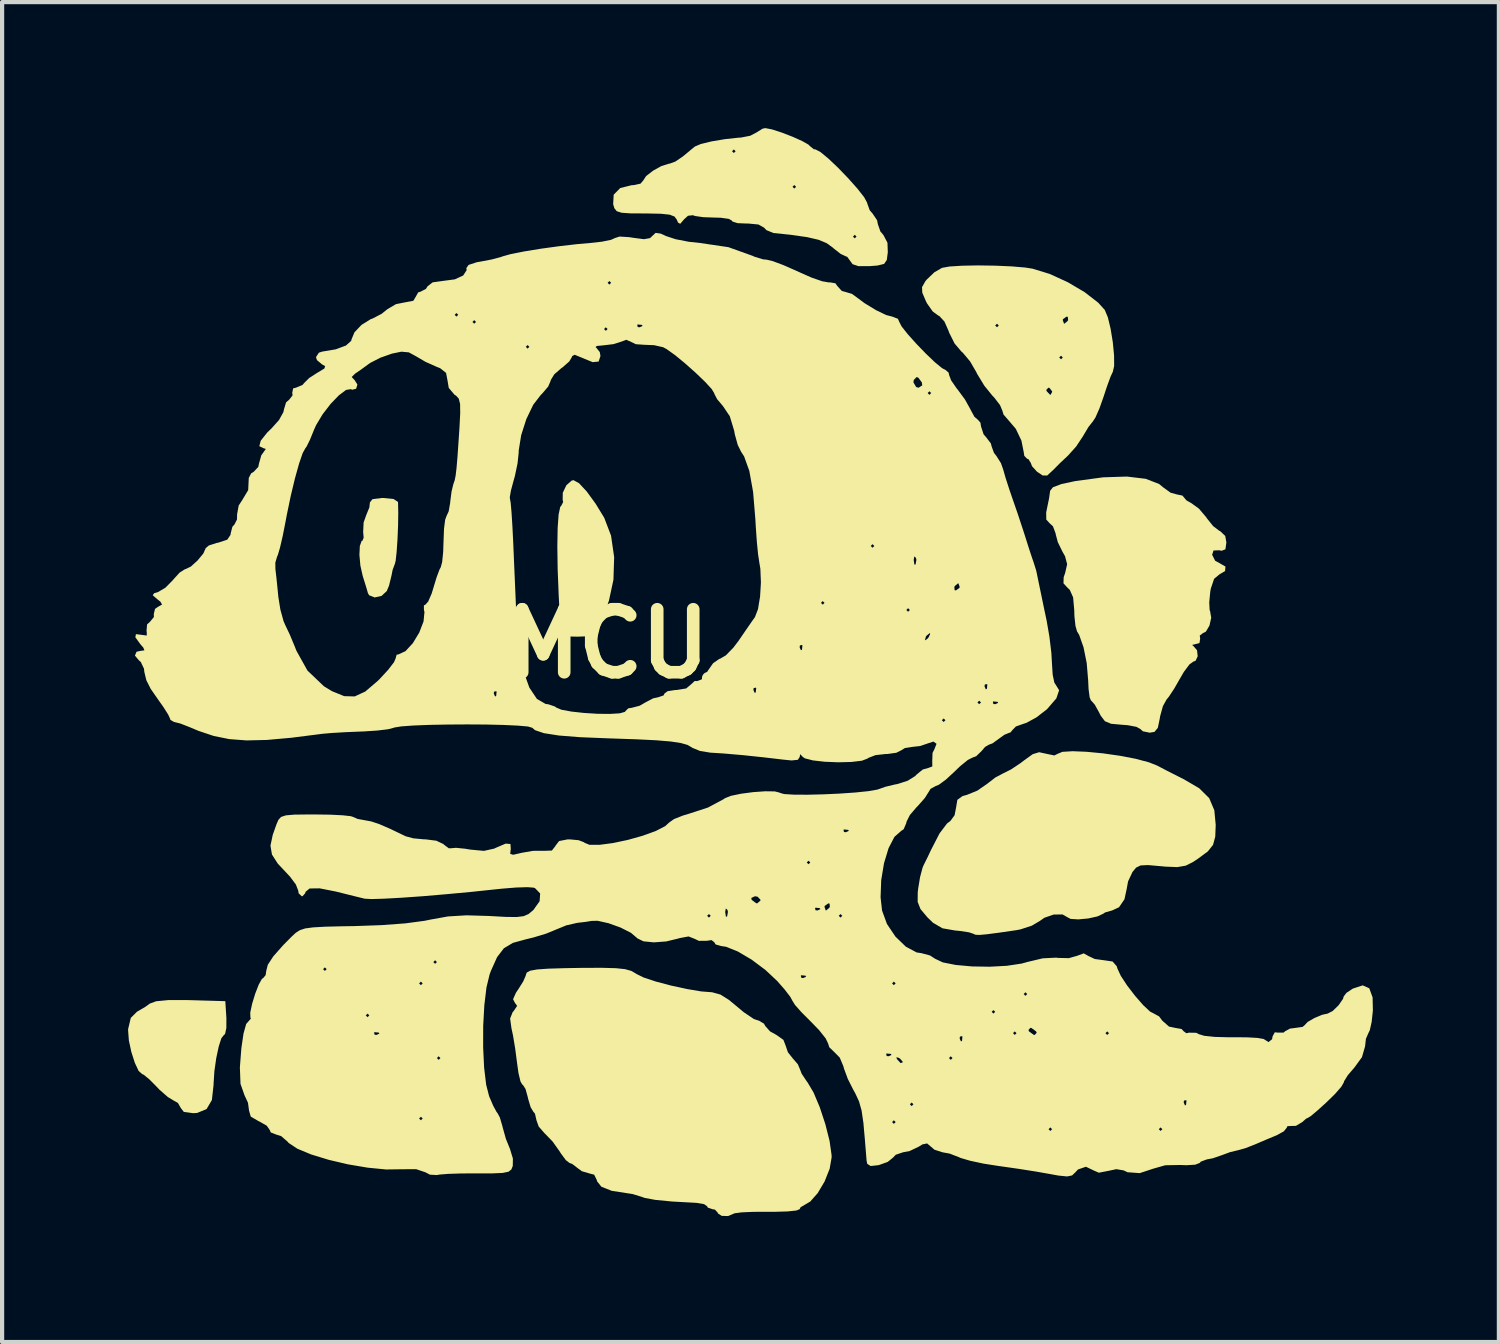
<source format=kicad_pcb>
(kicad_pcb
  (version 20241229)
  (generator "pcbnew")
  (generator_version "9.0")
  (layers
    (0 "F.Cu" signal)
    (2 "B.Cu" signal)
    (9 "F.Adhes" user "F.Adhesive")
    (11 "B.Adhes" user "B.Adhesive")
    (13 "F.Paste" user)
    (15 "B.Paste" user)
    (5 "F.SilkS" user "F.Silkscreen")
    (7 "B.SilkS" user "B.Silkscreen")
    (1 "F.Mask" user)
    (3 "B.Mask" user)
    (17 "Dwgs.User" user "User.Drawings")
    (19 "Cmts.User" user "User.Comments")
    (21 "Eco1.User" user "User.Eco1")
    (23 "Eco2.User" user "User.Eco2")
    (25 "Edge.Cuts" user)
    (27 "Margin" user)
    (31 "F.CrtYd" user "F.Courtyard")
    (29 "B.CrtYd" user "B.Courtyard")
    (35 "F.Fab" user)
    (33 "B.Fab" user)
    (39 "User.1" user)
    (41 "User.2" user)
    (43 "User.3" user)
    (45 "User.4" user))
  (footprint "MCU_Logo"
    (layer "F.Cu")
    (at 14.633 12.277)
    (property "Reference" "MCU_Logo" (at 0 0 0) (layer "F.SilkS") (effects (font (size 1.5 1.5) (thickness 0.3))))
    (attr board_only exclude_from_pos_files exclude_from_bom)
    (fp_poly (pts (xy -8.314 -3.447) (xy -8.209 -3.378) (xy -8.206 -3.365) (xy -8.201 -3.116) (xy -8.206 -2.803) (xy -8.22 -2.476) (xy -8.24 -2.185) (xy -8.263 -1.978) (xy -8.28 -1.908) (xy -8.335 -1.76) (xy -8.364 -1.615) (xy -8.421 -1.384) (xy -8.475 -1.255) (xy -8.6 -1.139) (xy -8.764 -1.103) (xy -8.895 -1.155) (xy -8.923 -1.206) (xy -8.966 -1.353) (xy -9.036 -1.577) (xy -9.049 -1.62) (xy -9.103 -1.862) (xy -9.126 -2.116) (xy -9.116 -2.328) (xy -9.074 -2.446) (xy -9.053 -2.455) (xy -9.025 -2.526) (xy -9.037 -2.658) (xy -9.026 -2.888) (xy -8.965 -3.06) (xy -8.889 -3.247) (xy -8.876 -3.365) (xy -8.816 -3.442) (xy -8.594 -3.471) (xy -8.555 -3.471)) (stroke (width 0) (type solid)) (fill yes) (layer "F.SilkS"))
    (fp_poly (pts (xy -3.898 -3.823) (xy -3.715 -3.627) (xy -3.502 -3.334) (xy -3.297 -2.999) (xy -3.135 -2.574) (xy -3.061 -2.062) (xy -3.078 -1.524) (xy -3.184 -1.031) (xy -3.277 -0.768) (xy -3.354 -0.576) (xy -3.392 -0.508) (xy -3.461 -0.4) (xy -3.496 -0.318) (xy -3.583 -0.218) (xy -3.773 -0.175) (xy -3.934 -0.169) (xy -4.165 -0.174) (xy -4.306 -0.184) (xy -4.326 -0.191) (xy -4.334 -0.278) (xy -4.347 -0.5) (xy -4.364 -0.821) (xy -4.381 -1.143) (xy -4.406 -1.775) (xy -4.414 -2.321) (xy -4.406 -2.762) (xy -4.383 -3.08) (xy -4.345 -3.257) (xy -4.321 -3.286) (xy -4.275 -3.374) (xy -4.287 -3.428) (xy -4.284 -3.596) (xy -4.199 -3.774) (xy -4.073 -3.885) (xy -4.029 -3.895)) (stroke (width 0) (type solid)) (fill yes) (layer "F.SilkS"))
    (fp_poly (pts (xy -13.153 8.485) (xy -12.319 8.509) (xy -12.293 8.911) (xy -12.294 9.149) (xy -12.325 9.292) (xy -12.351 9.313) (xy -12.412 9.39) (xy -12.476 9.59) (xy -12.535 9.868) (xy -12.579 10.178) (xy -12.598 10.475) (xy -12.599 10.509) (xy -12.638 10.862) (xy -12.765 11.078) (xy -12.989 11.17) (xy -13.084 11.176) (xy -13.307 11.145) (xy -13.377 11.055) (xy -13.447 10.932) (xy -13.535 10.883) (xy -13.686 10.792) (xy -13.881 10.622) (xy -13.96 10.539) (xy -14.133 10.365) (xy -14.264 10.259) (xy -14.299 10.245) (xy -14.383 10.169) (xy -14.473 9.977) (xy -14.556 9.718) (xy -14.615 9.444) (xy -14.633 9.204) (xy -14.632 9.171) (xy -14.569 8.907) (xy -14.425 8.763) (xy -14.424 8.762) (xy -14.221 8.643) (xy -14.115 8.566) (xy -13.964 8.511) (xy -13.672 8.483) (xy -13.227 8.483)) (stroke (width 0) (type solid)) (fill yes) (layer "F.SilkS"))
    (fp_poly (pts (xy 8.19 2.572) (xy 8.576 2.609) (xy 8.976 2.666) (xy 9.352 2.738) (xy 9.667 2.821) (xy 9.864 2.899) (xy 10.101 3.023) (xy 10.391 3.17) (xy 10.488 3.218) (xy 10.868 3.44) (xy 11.106 3.676) (xy 11.228 3.964) (xy 11.261 4.312) (xy 11.25 4.593) (xy 11.198 4.787) (xy 11.074 4.943) (xy 10.845 5.113) (xy 10.721 5.195) (xy 10.547 5.283) (xy 10.348 5.317) (xy 10.064 5.306) (xy 9.947 5.295) (xy 9.651 5.269) (xy 9.474 5.277) (xy 9.366 5.329) (xy 9.28 5.432) (xy 9.174 5.659) (xy 9.141 5.84) (xy 9.088 6.084) (xy 8.959 6.273) (xy 8.794 6.35) (xy 8.792 6.35) (xy 8.626 6.397) (xy 8.589 6.424) (xy 8.447 6.491) (xy 8.226 6.54) (xy 7.991 6.562) (xy 7.808 6.551) (xy 7.747 6.52) (xy 7.613 6.444) (xy 7.402 6.447) (xy 7.182 6.523) (xy 7.075 6.598) (xy 6.882 6.712) (xy 6.612 6.8) (xy 6.519 6.818) (xy 6.098 6.879) (xy 5.814 6.916) (xy 5.639 6.932) (xy 5.543 6.928) (xy 5.498 6.909) (xy 5.495 6.906) (xy 5.387 6.87) (xy 5.171 6.837) (xy 5.053 6.826) (xy 4.756 6.774) (xy 4.532 6.644) (xy 4.396 6.512) (xy 4.232 6.316) (xy 4.165 6.145) (xy 4.167 5.915) (xy 4.177 5.829) (xy 4.222 5.556) (xy 4.281 5.334) (xy 4.304 5.277) (xy 4.403 5.078) (xy 4.482 4.911) (xy 4.685 4.516) (xy 4.864 4.279) (xy 4.947 4.215) (xy 5.044 4.082) (xy 5.08 3.897) (xy 5.11 3.716) (xy 5.235 3.625) (xy 5.338 3.597) (xy 5.585 3.497) (xy 5.813 3.339) (xy 6.016 3.183) (xy 6.205 3.083) (xy 6.21 3.081) (xy 6.386 2.993) (xy 6.613 2.842) (xy 6.695 2.779) (xy 6.904 2.629) (xy 7.057 2.582) (xy 7.218 2.617) (xy 7.222 2.618) (xy 7.42 2.659) (xy 7.495 2.621) (xy 7.612 2.573) (xy 7.856 2.558)) (stroke (width 0) (type solid)) (fill yes) (layer "F.SilkS"))
    (fp_poly (pts (xy 9.596 -3.927) (xy 9.913 -3.804) (xy 10.009 -3.725) (xy 10.186 -3.597) (xy 10.333 -3.556) (xy 10.469 -3.528) (xy 10.499 -3.491) (xy 10.567 -3.412) (xy 10.688 -3.343) (xy 10.862 -3.216) (xy 11.032 -3.016) (xy 11.048 -2.991) (xy 11.199 -2.802) (xy 11.347 -2.689) (xy 11.367 -2.682) (xy 11.488 -2.567) (xy 11.515 -2.411) (xy 11.492 -2.249) (xy 11.401 -2.214) (xy 11.345 -2.226) (xy 11.209 -2.221) (xy 11.176 -2.119) (xy 11.247 -1.977) (xy 11.345 -1.923) (xy 11.493 -1.838) (xy 11.484 -1.731) (xy 11.35 -1.652) (xy 11.223 -1.547) (xy 11.143 -1.31) (xy 11.13 -1.229) (xy 11.107 -0.984) (xy 11.116 -0.807) (xy 11.128 -0.772) (xy 11.154 -0.619) (xy 11.112 -0.433) (xy 11.027 -0.289) (xy 10.958 -0.254) (xy 10.881 -0.195) (xy 10.891 -0.127) (xy 10.875 -0.018) (xy 10.783 0.007) (xy 10.698 0.028) (xy 10.732 0.056) (xy 10.816 0.154) (xy 10.832 0.298) (xy 10.78 0.407) (xy 10.731 0.423) (xy 10.635 0.492) (xy 10.503 0.669) (xy 10.417 0.817) (xy 10.274 1.066) (xy 10.144 1.263) (xy 10.091 1.327) (xy 10.004 1.484) (xy 9.938 1.723) (xy 9.929 1.78) (xy 9.883 2.001) (xy 9.803 2.098) (xy 9.69 2.117) (xy 9.527 2.084) (xy 9.468 2.031) (xy 9.374 1.978) (xy 9.168 1.939) (xy 9.027 1.928) (xy 8.771 1.905) (xy 8.623 1.844) (xy 8.523 1.712) (xy 8.483 1.632) (xy 8.382 1.45) (xy 8.302 1.358) (xy 8.293 1.355) (xy 8.26 1.278) (xy 8.234 1.079) (xy 8.224 0.869) (xy 8.19 0.462) (xy 8.114 0.084) (xy 8.011 -0.209) (xy 7.959 -0.296) (xy 7.922 -0.425) (xy 7.897 -0.658) (xy 7.893 -0.8) (xy 7.866 -1.105) (xy 7.785 -1.286) (xy 7.736 -1.331) (xy 7.637 -1.438) (xy 7.641 -1.583) (xy 7.677 -1.688) (xy 7.724 -1.894) (xy 7.674 -2.084) (xy 7.61 -2.197) (xy 7.502 -2.419) (xy 7.451 -2.609) (xy 7.451 -2.623) (xy 7.386 -2.797) (xy 7.314 -2.862) (xy 7.227 -2.957) (xy 7.225 -3.127) (xy 7.245 -3.226) (xy 7.293 -3.459) (xy 7.318 -3.634) (xy 7.318 -3.641) (xy 7.385 -3.726) (xy 7.589 -3.803) (xy 7.916 -3.873) (xy 8.582 -3.963) (xy 9.147 -3.981)) (stroke (width 0) (type solid)) (fill yes) (layer "F.SilkS"))
    (fp_poly (pts (xy 6.01 -9.002) (xy 6.401 -8.985) (xy 6.73 -8.957) (xy 6.9 -8.93) (xy 7.308 -8.805) (xy 7.737 -8.609) (xy 8.139 -8.372) (xy 8.462 -8.122) (xy 8.62 -7.947) (xy 8.693 -7.773) (xy 8.759 -7.499) (xy 8.811 -7.179) (xy 8.841 -6.866) (xy 8.843 -6.613) (xy 8.812 -6.477) (xy 8.756 -6.356) (xy 8.672 -6.126) (xy 8.592 -5.884) (xy 8.493 -5.604) (xy 8.397 -5.386) (xy 8.335 -5.292) (xy 8.231 -5.161) (xy 8.111 -4.96) (xy 8.103 -4.945) (xy 7.939 -4.697) (xy 7.744 -4.48) (xy 7.547 -4.295) (xy 7.385 -4.131) (xy 7.381 -4.128) (xy 7.249 -4.006) (xy 7.14 -4.007) (xy 7.006 -4.097) (xy 6.887 -4.228) (xy 6.858 -4.306) (xy 6.8 -4.398) (xy 6.773 -4.403) (xy 6.704 -4.473) (xy 6.689 -4.568) (xy 6.635 -4.838) (xy 6.501 -5.118) (xy 6.331 -5.317) (xy 6.33 -5.318) (xy 6.209 -5.458) (xy 6.181 -5.55) (xy 6.125 -5.684) (xy 5.986 -5.864) (xy 5.946 -5.905) (xy 5.833 -6.044) (xy 7.226 -6.044) (xy 7.239 -6.011) (xy 7.315 -5.931) (xy 7.329 -5.927) (xy 7.365 -5.992) (xy 7.366 -6.011) (xy 7.301 -6.093) (xy 7.276 -6.096) (xy 7.226 -6.044) (xy 5.833 -6.044) (xy 5.753 -6.143) (xy 5.582 -6.424) (xy 5.561 -6.468) (xy 5.414 -6.721) (xy 5.335 -6.816) (xy 7.535 -6.816) (xy 7.578 -6.773) (xy 7.62 -6.816) (xy 7.578 -6.858) (xy 7.535 -6.816) (xy 5.335 -6.816) (xy 5.241 -6.928) (xy 5.204 -6.96) (xy 5.044 -7.149) (xy 4.916 -7.405) (xy 4.901 -7.448) (xy 4.844 -7.578) (xy 6.011 -7.578) (xy 6.054 -7.535) (xy 6.096 -7.578) (xy 6.054 -7.62) (xy 6.011 -7.578) (xy 4.844 -7.578) (xy 4.802 -7.672) (xy 4.772 -7.705) (xy 7.62 -7.705) (xy 7.649 -7.622) (xy 7.657 -7.62) (xy 7.73 -7.679) (xy 7.747 -7.705) (xy 7.74 -7.783) (xy 7.71 -7.789) (xy 7.623 -7.728) (xy 7.62 -7.705) (xy 4.772 -7.705) (xy 4.68 -7.804) (xy 4.654 -7.815) (xy 4.523 -7.912) (xy 4.388 -8.104) (xy 4.362 -8.155) (xy 4.275 -8.359) (xy 4.269 -8.49) (xy 4.344 -8.624) (xy 4.373 -8.663) (xy 4.562 -8.844) (xy 4.745 -8.95) (xy 4.923 -8.982) (xy 5.225 -9.001) (xy 5.602 -9.008)) (stroke (width 0) (type solid)) (fill yes) (layer "F.SilkS"))
    (fp_poly (pts (xy 0.694 -12.247) (xy 0.929 -12.171) (xy 1.188 -12.071) (xy 1.419 -11.967) (xy 1.568 -11.882) (xy 1.595 -11.853) (xy 1.692 -11.774) (xy 1.734 -11.769) (xy 1.849 -11.709) (xy 2.039 -11.552) (xy 2.271 -11.332) (xy 2.512 -11.082) (xy 2.729 -10.838) (xy 2.89 -10.633) (xy 2.962 -10.5) (xy 2.963 -10.489) (xy 3.024 -10.32) (xy 3.09 -10.245) (xy 3.199 -10.083) (xy 3.217 -9.991) (xy 3.278 -9.815) (xy 3.349 -9.733) (xy 3.446 -9.547) (xy 3.454 -9.321) (xy 3.43 -9.137) (xy 3.366 -9.044) (xy 3.213 -9.006) (xy 3.026 -8.991) (xy 2.757 -8.99) (xy 2.615 -9.037) (xy 2.572 -9.097) (xy 2.488 -9.212) (xy 2.443 -9.229) (xy 2.333 -9.281) (xy 2.167 -9.411) (xy 2.142 -9.434) (xy 1.998 -9.538) (xy 1.803 -9.619) (xy 1.525 -9.683) (xy 1.443 -9.694) (xy 2.625 -9.694) (xy 2.667 -9.652) (xy 2.709 -9.694) (xy 2.667 -9.737) (xy 2.625 -9.694) (xy 1.443 -9.694) (xy 1.134 -9.738) (xy 0.733 -9.779) (xy 0.564 -9.848) (xy 0.508 -9.907) (xy 0.374 -9.982) (xy 0.124 -10.006) (xy 0.092 -10.005) (xy -0.122 -10.014) (xy -0.244 -10.052) (xy -0.254 -10.071) (xy -0.33 -10.116) (xy -0.524 -10.143) (xy -0.672 -10.147) (xy -0.936 -10.156) (xy -1.133 -10.184) (xy -1.186 -10.203) (xy -1.303 -10.19) (xy -1.397 -10.105) (xy -1.489 -9.998) (xy -1.541 -10.029) (xy -1.569 -10.097) (xy -1.624 -10.171) (xy -1.739 -10.216) (xy -1.951 -10.238) (xy -2.295 -10.245) (xy -2.328 -10.245) (xy -2.672 -10.247) (xy -2.884 -10.262) (xy -2.999 -10.299) (xy -3.056 -10.369) (xy -3.085 -10.465) (xy -3.072 -10.692) (xy -2.917 -10.85) (xy -2.797 -10.88) (xy 1.185 -10.88) (xy 1.228 -10.837) (xy 1.27 -10.88) (xy 1.228 -10.922) (xy 1.185 -10.88) (xy -2.797 -10.88) (xy -2.643 -10.918) (xy -2.603 -10.919) (xy -2.434 -10.954) (xy -2.37 -11.028) (xy -2.301 -11.134) (xy -2.135 -11.263) (xy -1.935 -11.374) (xy -1.76 -11.429) (xy -1.742 -11.43) (xy -1.605 -11.48) (xy -1.431 -11.598) (xy -1.275 -11.726) (xy -0.254 -11.726) (xy -0.212 -11.684) (xy -0.169 -11.726) (xy -0.212 -11.769) (xy -0.254 -11.726) (xy -1.275 -11.726) (xy -1.258 -11.741) (xy -1.14 -11.838) (xy -0.997 -11.899) (xy -0.74 -11.961) (xy -0.423 -12.014) (xy -0.101 -12.049) (xy -0.042 -12.052) (xy 0.179 -12.095) (xy 0.324 -12.171) (xy 0.472 -12.263) (xy 0.536 -12.277)) (stroke (width 0) (type solid)) (fill yes) (layer "F.SilkS"))
    (fp_poly (pts (xy -3.02 7.724) (xy -2.801 7.747) (xy -2.654 7.788) (xy -2.544 7.851) (xy -2.53 7.862) (xy -2.358 7.946) (xy -2.068 8.042) (xy -1.71 8.137) (xy -1.333 8.219) (xy -0.988 8.277) (xy -0.73 8.297) (xy -0.53 8.352) (xy -0.321 8.484) (xy -0.317 8.488) (xy 0.027 8.774) (xy 0.267 8.935) (xy 0.389 8.975) (xy 0.504 9.043) (xy 0.539 9.103) (xy 0.65 9.228) (xy 0.802 9.313) (xy 0.968 9.43) (xy 1.016 9.552) (xy 1.076 9.726) (xy 1.185 9.864) (xy 1.312 10.011) (xy 1.355 10.112) (xy 1.404 10.238) (xy 1.524 10.418) (xy 1.543 10.442) (xy 1.687 10.685) (xy 1.835 11.037) (xy 1.968 11.441) (xy 2.068 11.838) (xy 2.115 12.17) (xy 2.117 12.225) (xy 2.07 12.498) (xy 1.95 12.801) (xy 1.785 13.079) (xy 1.607 13.28) (xy 1.503 13.341) (xy 1.378 13.415) (xy 1.355 13.462) (xy 1.276 13.493) (xy 1.067 13.515) (xy 0.763 13.524) (xy 0.596 13.523) (xy 0.252 13.525) (xy -0.025 13.537) (xy -0.193 13.559) (xy -0.223 13.572) (xy -0.348 13.625) (xy -0.499 13.621) (xy -0.589 13.564) (xy -0.593 13.547) (xy -0.661 13.472) (xy -0.72 13.462) (xy -0.832 13.424) (xy -0.847 13.392) (xy -0.921 13.341) (xy -1.101 13.311) (xy -1.122 13.31) (xy -1.681 13.279) (xy -2.082 13.24) (xy -2.336 13.193) (xy -2.401 13.169) (xy -2.623 13.101) (xy -2.74 13.083) (xy -3.117 13.025) (xy -3.366 12.926) (xy -3.47 12.795) (xy -3.471 12.774) (xy -3.537 12.64) (xy -3.635 12.615) (xy -3.829 12.558) (xy -3.925 12.488) (xy -4.059 12.385) (xy -4.124 12.361) (xy -4.21 12.295) (xy -4.331 12.132) (xy -4.359 12.086) (xy -4.524 11.854) (xy -4.705 11.666) (xy -4.716 11.657) (xy -4.858 11.493) (xy -4.911 11.344) (xy -4.946 11.188) (xy -4.986 11.14) (xy -5.05 11.032) (xy -5.11 10.83) (xy -5.117 10.796) (xy -5.171 10.6) (xy -5.234 10.502) (xy -5.245 10.499) (xy -5.291 10.422) (xy -5.339 10.221) (xy -5.374 9.97) (xy -5.418 9.633) (xy -5.47 9.321) (xy -5.506 9.155) (xy -5.538 8.922) (xy -5.477 8.769) (xy -5.451 8.741) (xy -5.371 8.622) (xy -5.424 8.548) (xy -5.468 8.463) (xy -5.398 8.306) (xy -5.346 8.23) (xy -5.226 8.039) (xy -5.166 7.901) (xy -5.165 7.888) (xy -5.142 7.828) (xy -5.061 7.784) (xy -4.896 7.754) (xy -4.626 7.735) (xy -4.228 7.723) (xy -3.8 7.716) (xy -3.342 7.715)) (stroke (width 0) (type solid)) (fill yes) (layer "F.SilkS"))
    (fp_poly (pts (xy -1.953 -9.765) (xy -1.82 -9.705) (xy -1.599 -9.632) (xy -1.285 -9.571) (xy -1.016 -9.542) (xy -0.34 -9.442) (xy 0.243 -9.233) (xy 0.274 -9.217) (xy 0.481 -9.153) (xy 0.573 -9.144) (xy 0.718 -9.109) (xy 0.966 -9.016) (xy 1.269 -8.883) (xy 1.337 -8.851) (xy 1.639 -8.718) (xy 1.894 -8.63) (xy 2.055 -8.602) (xy 2.074 -8.605) (xy 2.207 -8.582) (xy 2.252 -8.518) (xy 2.359 -8.4) (xy 2.426 -8.382) (xy 2.598 -8.331) (xy 2.649 -8.296) (xy 2.901 -8.109) (xy 3.175 -7.942) (xy 3.417 -7.826) (xy 3.56 -7.789) (xy 3.695 -7.737) (xy 3.725 -7.667) (xy 3.782 -7.556) (xy 3.93 -7.369) (xy 4.135 -7.141) (xy 4.362 -6.906) (xy 4.577 -6.701) (xy 4.747 -6.561) (xy 4.829 -6.519) (xy 4.904 -6.452) (xy 4.911 -6.406) (xy 4.962 -6.271) (xy 5.09 -6.085) (xy 5.12 -6.048) (xy 5.291 -5.816) (xy 5.421 -5.582) (xy 5.426 -5.57) (xy 5.517 -5.403) (xy 5.598 -5.334) (xy 5.66 -5.263) (xy 5.673 -5.175) (xy 5.734 -4.988) (xy 5.8 -4.911) (xy 5.907 -4.77) (xy 5.927 -4.695) (xy 5.982 -4.545) (xy 6.04 -4.471) (xy 6.148 -4.3) (xy 6.202 -4.147) (xy 6.258 -3.95) (xy 6.349 -3.669) (xy 6.417 -3.471) (xy 6.544 -3.104) (xy 6.676 -2.705) (xy 6.729 -2.54) (xy 6.817 -2.262) (xy 6.891 -2.038) (xy 6.923 -1.947) (xy 6.985 -1.75) (xy 6.998 -1.693) (xy 7.042 -1.479) (xy 7.104 -1.18) (xy 7.191 -0.761) (xy 7.236 -0.55) (xy 7.301 -0.172) (xy 7.348 0.215) (xy 7.363 0.482) (xy 7.38 0.741) (xy 7.419 0.924) (xy 7.451 0.974) (xy 7.533 1.106) (xy 7.467 1.3) (xy 7.255 1.546) (xy 7.227 1.572) (xy 6.992 1.753) (xy 6.758 1.881) (xy 6.677 1.908) (xy 6.504 1.969) (xy 6.435 2.039) (xy 6.37 2.115) (xy 6.351 2.117) (xy 6.229 2.167) (xy 6.094 2.265) (xy 5.945 2.372) (xy 5.86 2.403) (xy 5.77 2.456) (xy 5.689 2.551) (xy 5.559 2.677) (xy 5.473 2.709) (xy 5.36 2.766) (xy 5.179 2.912) (xy 5.038 3.048) (xy 4.836 3.235) (xy 4.667 3.358) (xy 4.594 3.387) (xy 4.471 3.455) (xy 4.428 3.526) (xy 4.334 3.674) (xy 4.17 3.86) (xy 4.135 3.895) (xy 3.979 4.078) (xy 3.898 4.24) (xy 3.895 4.266) (xy 3.832 4.415) (xy 3.774 4.454) (xy 3.612 4.597) (xy 3.472 4.867) (xy 3.364 5.224) (xy 3.297 5.627) (xy 3.282 6.034) (xy 3.317 6.351) (xy 3.434 6.672) (xy 3.636 6.972) (xy 3.884 7.212) (xy 4.141 7.349) (xy 4.254 7.366) (xy 4.459 7.421) (xy 4.579 7.499) (xy 4.764 7.586) (xy 5.072 7.647) (xy 5.458 7.682) (xy 5.878 7.689) (xy 6.287 7.667) (xy 6.641 7.614) (xy 6.777 7.576) (xy 7.143 7.489) (xy 7.463 7.473) (xy 7.509 7.479) (xy 7.764 7.485) (xy 7.962 7.429) (xy 7.964 7.428) (xy 8.119 7.371) (xy 8.227 7.432) (xy 8.381 7.505) (xy 8.601 7.535) (xy 8.806 7.565) (xy 8.904 7.677) (xy 8.921 7.733) (xy 9.001 7.906) (xy 9.152 8.136) (xy 9.341 8.382) (xy 9.534 8.603) (xy 9.698 8.757) (xy 9.791 8.805) (xy 9.913 8.872) (xy 9.991 8.975) (xy 10.149 9.114) (xy 10.29 9.144) (xy 10.448 9.172) (xy 10.499 9.226) (xy 10.561 9.272) (xy 10.627 9.259) (xy 10.799 9.262) (xy 10.86 9.295) (xy 10.989 9.334) (xy 11.239 9.36) (xy 11.565 9.369) (xy 11.671 9.368) (xy 11.999 9.37) (xy 12.256 9.384) (xy 12.401 9.409) (xy 12.417 9.419) (xy 12.519 9.483) (xy 12.603 9.415) (xy 12.615 9.347) (xy 12.668 9.25) (xy 12.74 9.258) (xy 12.876 9.257) (xy 12.914 9.225) (xy 13.029 9.162) (xy 13.171 9.144) (xy 13.328 9.122) (xy 13.378 9.081) (xy 13.448 9.005) (xy 13.61 8.911) (xy 13.796 8.833) (xy 13.926 8.805) (xy 14.045 8.744) (xy 14.188 8.605) (xy 14.291 8.455) (xy 14.309 8.395) (xy 14.375 8.31) (xy 14.526 8.21) (xy 14.761 8.133) (xy 14.917 8.202) (xy 14.996 8.418) (xy 15.003 8.732) (xy 14.974 9.002) (xy 14.929 9.203) (xy 14.897 9.267) (xy 14.837 9.405) (xy 14.817 9.585) (xy 14.743 9.842) (xy 14.563 10.089) (xy 14.406 10.272) (xy 14.317 10.416) (xy 14.309 10.447) (xy 14.25 10.548) (xy 14.098 10.722) (xy 13.885 10.93) (xy 13.675 11.119) (xy 13.523 11.246) (xy 13.462 11.284) (xy 13.462 11.284) (xy 13.412 11.307) (xy 13.324 11.386) (xy 13.17 11.478) (xy 13.07 11.48) (xy 12.968 11.485) (xy 12.954 11.519) (xy 12.884 11.607) (xy 12.721 11.698) (xy 12.478 11.799) (xy 12.207 11.915) (xy 12.195 11.92) (xy 11.967 12.009) (xy 11.79 12.059) (xy 11.772 12.062) (xy 11.601 12.104) (xy 11.403 12.177) (xy 11.194 12.249) (xy 11.048 12.277) (xy 10.907 12.329) (xy 10.881 12.36) (xy 10.773 12.402) (xy 10.558 12.415) (xy 10.421 12.409) (xy 10.059 12.416) (xy 9.78 12.495) (xy 9.453 12.603) (xy 9.162 12.582) (xy 9.068 12.538) (xy 8.895 12.509) (xy 8.702 12.55) (xy 8.479 12.593) (xy 8.359 12.541) (xy 8.171 12.451) (xy 7.982 12.516) (xy 7.919 12.584) (xy 7.841 12.658) (xy 7.722 12.682) (xy 7.515 12.661) (xy 7.317 12.625) (xy 6.982 12.566) (xy 6.563 12.5) (xy 6.144 12.44) (xy 6.096 12.434) (xy 5.734 12.377) (xy 5.412 12.308) (xy 5.185 12.241) (xy 5.148 12.224) (xy 4.926 12.138) (xy 4.756 12.107) (xy 4.566 12.046) (xy 4.486 11.978) (xy 4.39 11.896) (xy 4.279 11.919) (xy 4.182 11.978) (xy 3.973 12.077) (xy 3.817 12.107) (xy 3.644 12.165) (xy 3.579 12.233) (xy 3.452 12.336) (xy 3.243 12.411) (xy 3.236 12.413) (xy 3.045 12.434) (xy 2.965 12.382) (xy 2.949 12.308) (xy 2.934 12.121) (xy 2.913 11.863) (xy 2.909 11.811) (xy 2.886 11.557) (xy 7.281 11.557) (xy 7.324 11.599) (xy 7.366 11.557) (xy 9.906 11.557) (xy 9.948 11.599) (xy 9.991 11.557) (xy 9.948 11.515) (xy 9.906 11.557) (xy 7.366 11.557) (xy 7.324 11.515) (xy 7.281 11.557) (xy 2.886 11.557) (xy 2.873 11.402) (xy 2.87 11.388) (xy 3.556 11.388) (xy 3.598 11.43) (xy 3.641 11.388) (xy 3.598 11.345) (xy 3.556 11.388) (xy 2.87 11.388) (xy 2.83 11.113) (xy 2.788 10.964) (xy 3.979 10.964) (xy 4.022 11.007) (xy 4.064 10.964) (xy 4.022 10.922) (xy 10.499 10.922) (xy 10.53 10.992) (xy 10.555 10.978) (xy 10.565 10.878) (xy 10.555 10.866) (xy 10.505 10.877) (xy 10.499 10.922) (xy 4.022 10.922) (xy 3.979 10.964) (xy 2.788 10.964) (xy 2.77 10.898) (xy 2.681 10.706) (xy 2.634 10.622) (xy 2.502 10.36) (xy 2.409 10.109) (xy 2.397 10.06) (xy 2.31 9.853) (xy 2.303 9.846) (xy 3.654 9.846) (xy 3.675 9.893) (xy 3.76 9.984) (xy 3.809 9.965) (xy 3.81 9.953) (xy 3.75 9.882) (xy 3.724 9.864) (xy 4.911 9.864) (xy 4.953 9.906) (xy 4.995 9.864) (xy 4.953 9.821) (xy 4.911 9.864) (xy 3.724 9.864) (xy 3.712 9.856) (xy 3.654 9.846) (xy 2.303 9.846) (xy 2.224 9.765) (xy 3.415 9.765) (xy 3.427 9.815) (xy 3.471 9.821) (xy 3.541 9.79) (xy 3.528 9.765) (xy 3.427 9.755) (xy 3.415 9.765) (xy 2.224 9.765) (xy 2.19 9.731) (xy 2.061 9.606) (xy 2.032 9.515) (xy 1.976 9.398) (xy 5.165 9.398) (xy 5.196 9.468) (xy 5.221 9.454) (xy 5.231 9.354) (xy 5.221 9.342) (xy 5.171 9.353) (xy 5.165 9.398) (xy 1.976 9.398) (xy 1.974 9.394) (xy 1.876 9.271) (xy 6.435 9.271) (xy 6.477 9.313) (xy 6.519 9.271) (xy 6.477 9.229) (xy 6.435 9.271) (xy 1.876 9.271) (xy 1.822 9.203) (xy 1.816 9.196) (xy 6.802 9.196) (xy 6.816 9.229) (xy 6.928 9.31) (xy 6.953 9.313) (xy 6.99 9.271) (xy 8.636 9.271) (xy 8.678 9.313) (xy 8.721 9.271) (xy 8.678 9.229) (xy 8.636 9.271) (xy 6.99 9.271) (xy 6.999 9.261) (xy 6.985 9.229) (xy 6.873 9.147) (xy 6.848 9.144) (xy 6.802 9.196) (xy 1.816 9.196) (xy 1.609 8.983) (xy 1.397 8.771) (xy 1.39 8.763) (xy 5.927 8.763) (xy 5.969 8.805) (xy 6.011 8.763) (xy 5.969 8.721) (xy 5.927 8.763) (xy 1.39 8.763) (xy 1.245 8.599) (xy 1.185 8.503) (xy 1.185 8.503) (xy 1.131 8.404) (xy 1.082 8.34) (xy 6.689 8.34) (xy 6.731 8.382) (xy 6.773 8.34) (xy 6.731 8.297) (xy 6.689 8.34) (xy 1.082 8.34) (xy 0.992 8.224) (xy 0.871 8.086) (xy 3.556 8.086) (xy 3.598 8.128) (xy 3.641 8.086) (xy 3.598 8.043) (xy 3.556 8.086) (xy 0.871 8.086) (xy 0.825 8.033) (xy 0.686 7.902) (xy 1.383 7.902) (xy 1.395 7.953) (xy 1.439 7.959) (xy 1.509 7.928) (xy 1.496 7.902) (xy 1.395 7.892) (xy 1.383 7.902) (xy 0.686 7.902) (xy 0.538 7.764) (xy 0.21 7.519) (xy -0.117 7.326) (xy -0.396 7.214) (xy -0.511 7.197) (xy -0.647 7.158) (xy -0.677 7.106) (xy -0.743 7.055) (xy -0.851 7.071) (xy -1.045 7.073) (xy -1.145 7.025) (xy -1.289 6.968) (xy -1.504 7.008) (xy -1.535 7.018) (xy -1.822 7.087) (xy -2.117 7.109) (xy -2.365 7.084) (xy -2.509 7.013) (xy -2.515 7.006) (xy -2.661 6.882) (xy -2.909 6.756) (xy -3.196 6.653) (xy -3.457 6.595) (xy -3.598 6.598) (xy -3.738 6.621) (xy -3.937 6.644) (xy -4.2 6.704) (xy -4.444 6.804) (xy -4.674 6.899) (xy -4.984 6.993) (xy -5.162 7.036) (xy -5.471 7.121) (xy -5.686 7.249) (xy -5.848 7.46) (xy -5.996 7.79) (xy -6.026 7.871) (xy -6.101 8.181) (xy -6.152 8.606) (xy -6.179 9.098) (xy -6.18 9.609) (xy -6.157 10.092) (xy -6.108 10.5) (xy -6.038 10.772) (xy -5.941 10.998) (xy -5.86 11.148) (xy -5.837 11.176) (xy -5.782 11.28) (xy -5.723 11.48) (xy -5.715 11.515) (xy -5.638 11.789) (xy -5.54 12.031) (xy -5.472 12.256) (xy -5.475 12.433) (xy -5.509 12.517) (xy -5.577 12.57) (xy -5.714 12.598) (xy -5.952 12.609) (xy -6.326 12.609) (xy -6.339 12.609) (xy -6.705 12.611) (xy -7.016 12.621) (xy -7.225 12.638) (xy -7.281 12.649) (xy -7.446 12.64) (xy -7.556 12.583) (xy -7.775 12.509) (xy -8.123 12.511) (xy -8.493 12.516) (xy -8.931 12.473) (xy -9.398 12.394) (xy -9.858 12.286) (xy -10.273 12.159) (xy -10.603 12.022) (xy -10.811 11.884) (xy -10.838 11.852) (xy -10.99 11.721) (xy -11.11 11.684) (xy -11.237 11.634) (xy -11.261 11.576) (xy -11.332 11.474) (xy -11.505 11.375) (xy -11.521 11.369) (xy -11.634 11.303) (xy -7.705 11.303) (xy -7.662 11.345) (xy -7.62 11.303) (xy -7.662 11.261) (xy -7.705 11.303) (xy -11.634 11.303) (xy -11.713 11.257) (xy -11.754 11.113) (xy -11.779 10.928) (xy -11.862 10.748) (xy -11.957 10.479) (xy -11.972 10.08) (xy -11.971 10.075) (xy -11.955 9.864) (xy -7.281 9.864) (xy -7.239 9.906) (xy -7.197 9.864) (xy -7.239 9.821) (xy -7.281 9.864) (xy -11.955 9.864) (xy -11.936 9.625) (xy -11.885 9.277) (xy -11.879 9.257) (xy -8.777 9.257) (xy -8.765 9.307) (xy -8.721 9.313) (xy -8.651 9.282) (xy -8.664 9.257) (xy -8.765 9.247) (xy -8.777 9.257) (xy -11.879 9.257) (xy -11.822 9.052) (xy -11.754 8.975) (xy -11.71 8.923) (xy -11.721 8.899) (xy -11.723 8.848) (xy -8.975 8.848) (xy -8.932 8.89) (xy -8.89 8.848) (xy -8.932 8.805) (xy -8.975 8.848) (xy -11.723 8.848) (xy -11.725 8.781) (xy -11.681 8.574) (xy -11.608 8.334) (xy -11.524 8.117) (xy -11.507 8.086) (xy -7.705 8.086) (xy -7.662 8.128) (xy -7.62 8.086) (xy -7.662 8.043) (xy -7.705 8.086) (xy -11.507 8.086) (xy -11.448 7.98) (xy -11.417 7.959) (xy -11.358 7.888) (xy -11.345 7.792) (xy -11.334 7.747) (xy -9.991 7.747) (xy -9.948 7.789) (xy -9.906 7.747) (xy -9.948 7.705) (xy -9.991 7.747) (xy -11.334 7.747) (xy -11.306 7.64) (xy -11.265 7.578) (xy -7.366 7.578) (xy -7.324 7.62) (xy -7.281 7.578) (xy -7.324 7.535) (xy -7.366 7.578) (xy -11.265 7.578) (xy -11.176 7.442) (xy -10.94 7.175) (xy -10.735 6.968) (xy -10.641 6.881) (xy -10.544 6.819) (xy -10.416 6.777) (xy -10.224 6.752) (xy -9.94 6.736) (xy -9.533 6.726) (xy -9.254 6.722) (xy -8.603 6.699) (xy -8.034 6.657) (xy -7.583 6.597) (xy -7.43 6.566) (xy -7.019 6.492) (xy -6.577 6.465) (xy -6.039 6.481) (xy -6.024 6.482) (xy -5.638 6.503) (xy -5.381 6.506) (xy -5.215 6.485) (xy -5.197 6.477) (xy -0.847 6.477) (xy -0.804 6.519) (xy -0.762 6.477) (xy -0.804 6.435) (xy -0.847 6.477) (xy -5.197 6.477) (xy -5.1 6.435) (xy -5.04 6.385) (xy -0.417 6.385) (xy -0.401 6.495) (xy -0.372 6.496) (xy -0.369 6.477) (xy 2.286 6.477) (xy 2.328 6.519) (xy 2.371 6.477) (xy 2.328 6.435) (xy 2.286 6.477) (xy -0.369 6.477) (xy -0.352 6.383) (xy -0.365 6.334) (xy -0.403 6.302) (xy -0.417 6.385) (xy -5.04 6.385) (xy -4.997 6.35) (xy -4.982 6.336) (xy -4.952 6.294) (xy 1.722 6.294) (xy 1.733 6.344) (xy 1.778 6.35) (xy 1.848 6.319) (xy 1.834 6.294) (xy 1.734 6.283) (xy 1.722 6.294) (xy -4.952 6.294) (xy -4.932 6.265) (xy 1.947 6.265) (xy 1.976 6.348) (xy 1.985 6.35) (xy 2.057 6.291) (xy 2.074 6.265) (xy 2.068 6.187) (xy 2.037 6.181) (xy 1.951 6.242) (xy 1.947 6.265) (xy -4.932 6.265) (xy -4.836 6.13) (xy -4.83 6.052) (xy 0.204 6.052) (xy 0.212 6.096) (xy 0.32 6.177) (xy 0.344 6.181) (xy 0.421 6.116) (xy 0.423 6.096) (xy 0.354 6.022) (xy 0.291 6.011) (xy 0.204 6.052) (xy -4.83 6.052) (xy -4.823 5.945) (xy -4.943 5.82) (xy -4.98 5.806) (xy -5.126 5.795) (xy -5.391 5.803) (xy -5.726 5.83) (xy -5.842 5.842) (xy -6.45 5.906) (xy -7.05 5.962) (xy -7.615 6.01) (xy -8.12 6.046) (xy -8.537 6.069) (xy -8.84 6.078) (xy -9.002 6.069) (xy -9.005 6.068) (xy -9.185 6.024) (xy -9.459 5.956) (xy -9.687 5.899) (xy -10.072 5.823) (xy -10.312 5.826) (xy -10.411 5.908) (xy -10.414 5.936) (xy -10.479 6.009) (xy -10.499 6.011) (xy -10.572 5.942) (xy -10.583 5.876) (xy -10.639 5.731) (xy -10.778 5.545) (xy -10.816 5.505) (xy -11.07 5.233) (xy -11.087 5.207) (xy 1.524 5.207) (xy 1.566 5.249) (xy 1.609 5.207) (xy 1.566 5.165) (xy 1.524 5.207) (xy -11.087 5.207) (xy -11.208 5.018) (xy -11.244 4.808) (xy -11.189 4.548) (xy -11.1 4.297) (xy -11.054 4.191) (xy -10.991 4.123) (xy -10.877 4.085) (xy -10.677 4.068) (xy -10.357 4.064) (xy -10.176 4.064) (xy -9.816 4.069) (xy -9.521 4.084) (xy -9.332 4.105) (xy -9.285 4.12) (xy -9.166 4.171) (xy -9 4.201) (xy -8.844 4.23) (xy -8.655 4.293) (xy -8.394 4.406) (xy -8.023 4.584) (xy -7.844 4.632) (xy -7.592 4.656) (xy -7.547 4.657) (xy -7.295 4.689) (xy -7.124 4.77) (xy -7.113 4.783) (xy -6.998 4.869) (xy -6.942 4.868) (xy -6.826 4.858) (xy -6.608 4.88) (xy -6.488 4.9) (xy -6.162 4.931) (xy -5.917 4.877) (xy -5.876 4.857) (xy -5.644 4.758) (xy -5.53 4.767) (xy -5.522 4.887) (xy -5.525 4.901) (xy -5.536 5.001) (xy -5.467 5.024) (xy -5.278 4.981) (xy -5.268 4.978) (xy -4.994 4.93) (xy -4.743 4.929) (xy -4.734 4.93) (xy -4.544 4.923) (xy -4.46 4.816) (xy -4.459 4.81) (xy -4.372 4.697) (xy -4.168 4.657) (xy -4.119 4.657) (xy -3.907 4.677) (xy -3.779 4.726) (xy -3.772 4.735) (xy -3.649 4.787) (xy -3.409 4.787) (xy -3.091 4.745) (xy -2.736 4.67) (xy -2.383 4.571) (xy -2.073 4.459) (xy -2.018 4.431) (xy 2.399 4.431) (xy 2.411 4.481) (xy 2.455 4.487) (xy 2.525 4.456) (xy 2.512 4.431) (xy 2.411 4.421) (xy 2.399 4.431) (xy -2.018 4.431) (xy -1.846 4.342) (xy -1.754 4.258) (xy -1.636 4.174) (xy -1.419 4.088) (xy -1.331 4.063) (xy -0.827 3.899) (xy -0.455 3.7) (xy -0.423 3.677) (xy -0.28 3.62) (xy -0.038 3.57) (xy 0.251 3.532) (xy 0.536 3.512) (xy 0.763 3.515) (xy 0.881 3.545) (xy 0.885 3.55) (xy 0.985 3.578) (xy 1.216 3.592) (xy 1.539 3.594) (xy 1.916 3.585) (xy 2.309 3.567) (xy 2.681 3.541) (xy 2.992 3.509) (xy 3.205 3.472) (xy 3.269 3.45) (xy 3.396 3.405) (xy 3.616 3.352) (xy 3.684 3.339) (xy 3.928 3.261) (xy 4.108 3.148) (xy 4.132 3.12) (xy 4.286 2.994) (xy 4.4 2.963) (xy 4.514 2.921) (xy 4.512 2.794) (xy 4.519 2.599) (xy 4.566 2.505) (xy 4.614 2.381) (xy 4.54 2.328) (xy 4.399 2.375) (xy 4.222 2.435) (xy 4.048 2.454) (xy 3.86 2.483) (xy 3.768 2.54) (xy 3.656 2.595) (xy 3.447 2.624) (xy 3.399 2.625) (xy 3.162 2.651) (xy 2.992 2.717) (xy 2.976 2.731) (xy 2.838 2.784) (xy 2.588 2.814) (xy 2.277 2.822) (xy 1.954 2.809) (xy 1.671 2.777) (xy 1.477 2.727) (xy 1.426 2.69) (xy 1.368 2.628) (xy 1.356 2.696) (xy 1.312 2.763) (xy 1.161 2.778) (xy 0.953 2.757) (xy 0.493 2.703) (xy 0.006 2.652) (xy -0.444 2.613) (xy -0.773 2.592) (xy -1.018 2.552) (xy -1.204 2.475) (xy -1.215 2.466) (xy -1.315 2.408) (xy -1.474 2.363) (xy -1.713 2.327) (xy -2.055 2.298) (xy -2.52 2.275) (xy -3.131 2.254) (xy -3.217 2.251) (xy -3.878 2.224) (xy -4.379 2.184) (xy -4.731 2.129) (xy -4.943 2.058) (xy -5.013 1.999) (xy -5.113 1.97) (xy -5.349 1.949) (xy -5.69 1.933) (xy -6.104 1.923) (xy -6.557 1.92) (xy -7.019 1.923) (xy -7.455 1.931) (xy -7.836 1.946) (xy -8.127 1.967) (xy -8.296 1.994) (xy -8.319 2.003) (xy -8.449 2.036) (xy -8.7 2.066) (xy -9.022 2.087) (xy -9.101 2.09) (xy -9.46 2.105) (xy -9.785 2.124) (xy -10.012 2.144) (xy -10.033 2.147) (xy -10.75 2.238) (xy -11.333 2.29) (xy -11.814 2.301) (xy -12.224 2.27) (xy -12.595 2.195) (xy -12.957 2.074) (xy -13.178 1.981) (xy -13.386 1.9) (xy -13.531 1.863) (xy -13.538 1.863) (xy -13.612 1.82) (xy 4.741 1.82) (xy 4.784 1.863) (xy 4.826 1.82) (xy 4.784 1.778) (xy 4.741 1.82) (xy -13.612 1.82) (xy -13.627 1.811) (xy -13.631 1.79) (xy -13.678 1.687) (xy -13.798 1.498) (xy -13.906 1.346) (xy -14.095 1.074) (xy -14.199 0.868) (xy -14.247 0.669) (xy -14.255 0.593) (xy -14.33 0.435) (xy -14.372 0.398) (xy -14.471 0.282) (xy -14.432 0.19) (xy -14.338 0.169) (xy -14.245 0.157) (xy -14.27 0.092) (xy -14.338 0.014) (xy -14.46 -0.153) (xy -14.447 -0.229) (xy -14.309 -0.212) (xy -14.189 -0.196) (xy -14.189 -0.284) (xy -14.195 -0.301) (xy -14.181 -0.461) (xy -14.114 -0.521) (xy -14.019 -0.637) (xy -14.021 -0.711) (xy -13.992 -0.831) (xy -13.92 -0.88) (xy -13.825 -0.933) (xy -13.863 -1.001) (xy -13.936 -1.059) (xy -14.046 -1.155) (xy -14.014 -1.203) (xy -13.917 -1.233) (xy -13.746 -1.334) (xy -13.569 -1.513) (xy -13.555 -1.531) (xy -13.406 -1.695) (xy -13.278 -1.776) (xy -13.263 -1.778) (xy -13.138 -1.839) (xy -13.036 -1.932) (xy -11.128 -1.932) (xy -11.126 -1.778) (xy -11.102 -1.57) (xy -11.072 -1.278) (xy -11.057 -1.121) (xy -11.008 -0.814) (xy -10.933 -0.541) (xy -10.891 -0.444) (xy -10.783 -0.217) (xy -10.663 0.071) (xy -10.627 0.164) (xy -10.363 0.638) (xy -9.972 1.011) (xy -9.779 1.129) (xy -9.489 1.247) (xy -9.238 1.254) (xy -9.09 1.185) (xy -5.927 1.185) (xy -5.896 1.255) (xy -5.87 1.242) (xy -5.86 1.141) (xy -5.87 1.129) (xy -5.921 1.141) (xy -5.927 1.185) (xy -9.09 1.185) (xy -8.987 1.138) (xy -8.695 0.889) (xy -8.643 0.838) (xy -8.439 0.617) (xy -8.302 0.438) (xy -8.258 0.335) (xy -8.26 0.33) (xy -8.24 0.261) (xy -8.196 0.253) (xy -8.029 0.176) (xy -7.854 -0.014) (xy -7.701 -0.267) (xy -7.599 -0.532) (xy -7.577 -0.757) (xy -7.59 -0.807) (xy -7.591 -0.914) (xy -7.555 -0.931) (xy -7.488 -1.006) (xy -7.406 -1.195) (xy -7.364 -1.333) (xy -7.287 -1.586) (xy -7.217 -1.772) (xy -7.19 -1.821) (xy -7.156 -1.945) (xy -7.132 -2.183) (xy -7.123 -2.448) (xy -7.112 -2.736) (xy -7.085 -2.951) (xy -7.053 -3.04) (xy -7.001 -3.151) (xy -6.965 -3.356) (xy -6.963 -3.387) (xy -6.95 -3.488) (xy -5.546 -3.488) (xy -5.542 -3.453) (xy -5.525 -3.36) (xy -5.505 -3.133) (xy -5.484 -2.804) (xy -5.464 -2.409) (xy -5.464 -2.408) (xy -5.442 -1.889) (xy -5.417 -1.315) (xy -5.394 -0.773) (xy -5.382 -0.499) (xy -5.327 0.122) (xy -5.224 0.642) (xy -5.08 1.044) (xy -4.9 1.313) (xy -4.691 1.434) (xy -4.635 1.439) (xy -4.471 1.494) (xy -4.441 1.518) (xy -4.314 1.571) (xy -4.08 1.614) (xy -3.78 1.647) (xy -3.459 1.667) (xy -3.16 1.67) (xy -2.927 1.656) (xy -2.803 1.621) (xy -2.794 1.605) (xy -2.724 1.537) (xy -2.641 1.524) (xy -2.453 1.475) (xy -2.323 1.4) (xy -2.318 1.397) (xy 5.588 1.397) (xy 5.63 1.439) (xy 5.673 1.397) (xy 5.659 1.383) (xy 5.955 1.383) (xy 5.967 1.433) (xy 6.011 1.439) (xy 6.081 1.408) (xy 6.068 1.383) (xy 5.967 1.373) (xy 5.955 1.383) (xy 5.659 1.383) (xy 5.63 1.355) (xy 5.588 1.397) (xy -2.318 1.397) (xy -2.134 1.3) (xy -2.011 1.273) (xy -1.885 1.23) (xy -1.863 1.185) (xy -1.788 1.129) (xy -1.607 1.101) (xy -1.575 1.101) (xy 0.254 1.101) (xy 0.285 1.17) (xy 0.31 1.157) (xy 0.321 1.057) (xy 0.31 1.044) (xy 0.26 1.056) (xy 0.254 1.101) (xy -1.575 1.101) (xy -1.346 1.064) (xy -1.289 1.016) (xy 5.757 1.016) (xy 5.788 1.086) (xy 5.814 1.072) (xy 5.824 0.972) (xy 5.814 0.96) (xy 5.763 0.971) (xy 5.757 1.016) (xy -1.289 1.016) (xy -1.24 0.975) (xy -1.142 0.886) (xy -1.083 0.889) (xy -0.976 0.847) (xy -0.857 0.688) (xy -0.839 0.655) (xy -0.706 0.464) (xy -0.577 0.374) (xy 4.579 0.374) (xy 4.594 0.484) (xy 4.623 0.485) (xy 4.643 0.372) (xy 4.63 0.323) (xy 4.592 0.291) (xy 4.579 0.374) (xy -0.577 0.374) (xy -0.557 0.36) (xy -0.539 0.356) (xy -0.402 0.276) (xy -0.225 0.095) (xy -0.217 0.085) (xy 1.355 0.085) (xy 1.386 0.154) (xy 1.411 0.141) (xy 1.421 0.041) (xy 1.411 0.028) (xy 1.361 0.04) (xy 1.355 0.085) (xy -0.217 0.085) (xy -0.102 -0.067) (xy -0.086 -0.09) (xy 4.339 -0.09) (xy 4.35 -0.085) (xy 4.428 -0.144) (xy 4.445 -0.169) (xy 4.467 -0.248) (xy 4.455 -0.254) (xy 4.378 -0.194) (xy 4.36 -0.169) (xy 4.339 -0.09) (xy -0.086 -0.09) (xy 0.072 -0.321) (xy 0.225 -0.542) (xy 0.291 -0.635) (xy 0.356 -0.804) (xy 3.895 -0.804) (xy 3.937 -0.762) (xy 3.979 -0.804) (xy 3.937 -0.847) (xy 3.895 -0.804) (xy 0.356 -0.804) (xy 0.364 -0.825) (xy 0.388 -0.974) (xy 1.863 -0.974) (xy 1.905 -0.931) (xy 1.947 -0.974) (xy 1.905 -1.016) (xy 1.863 -0.974) (xy 0.388 -0.974) (xy 0.413 -1.122) (xy 0.427 -1.355) (xy 5.038 -1.355) (xy 5.044 -1.277) (xy 5.075 -1.27) (xy 5.161 -1.331) (xy 5.165 -1.355) (xy 5.136 -1.437) (xy 5.127 -1.439) (xy 5.055 -1.38) (xy 5.038 -1.355) (xy 0.427 -1.355) (xy 0.433 -1.462) (xy 0.42 -1.784) (xy 0.393 -1.947) (xy 0.386 -1.997) (xy 4.071 -1.997) (xy 4.086 -1.887) (xy 4.115 -1.886) (xy 4.135 -1.999) (xy 4.122 -2.048) (xy 4.084 -2.08) (xy 4.071 -1.997) (xy 0.386 -1.997) (xy 0.366 -2.124) (xy 0.346 -2.328) (xy 3.048 -2.328) (xy 3.09 -2.286) (xy 3.133 -2.328) (xy 3.09 -2.371) (xy 3.048 -2.328) (xy 0.346 -2.328) (xy 0.337 -2.419) (xy 0.311 -2.782) (xy 0.301 -2.963) (xy 0.247 -3.614) (xy 0.157 -4.116) (xy 0.033 -4.461) (xy -0.039 -4.572) (xy -0.118 -4.732) (xy -0.187 -4.98) (xy -0.204 -5.074) (xy -0.308 -5.417) (xy -0.469 -5.657) (xy -0.61 -5.824) (xy -0.677 -5.953) (xy -0.677 -5.962) (xy -0.681 -5.969) (xy 4.403 -5.969) (xy 4.445 -5.927) (xy 4.487 -5.969) (xy 4.445 -6.011) (xy 4.403 -5.969) (xy -0.681 -5.969) (xy -0.738 -6.064) (xy -0.884 -6.223) (xy 4.064 -6.223) (xy 4.13 -6.111) (xy 4.188 -6.096) (xy 4.274 -6.152) (xy 4.264 -6.223) (xy 4.181 -6.335) (xy 4.14 -6.35) (xy 4.072 -6.281) (xy 4.064 -6.223) (xy -0.884 -6.223) (xy -0.897 -6.237) (xy -1.12 -6.451) (xy -1.369 -6.673) (xy -1.611 -6.872) (xy -1.81 -7.014) (xy -1.894 -7.06) (xy -2.111 -7.109) (xy -2.341 -7.118) (xy -2.544 -7.132) (xy -2.662 -7.189) (xy -2.664 -7.191) (xy -2.773 -7.237) (xy -2.878 -7.197) (xy -3.075 -7.134) (xy -3.318 -7.105) (xy -3.475 -7.09) (xy -3.505 -7.062) (xy -3.493 -7.056) (xy -3.404 -6.946) (xy -3.387 -6.851) (xy -3.431 -6.719) (xy -3.573 -6.705) (xy -3.825 -6.808) (xy -3.831 -6.811) (xy -4.002 -6.881) (xy -4.063 -6.847) (xy -4.064 -6.832) (xy -4.129 -6.722) (xy -4.287 -6.583) (xy -4.318 -6.562) (xy -4.487 -6.415) (xy -4.57 -6.279) (xy -4.572 -6.263) (xy -4.631 -6.125) (xy -4.777 -5.953) (xy -4.808 -5.924) (xy -4.988 -5.69) (xy -5.152 -5.349) (xy -5.275 -4.965) (xy -5.333 -4.602) (xy -5.335 -4.541) (xy -5.361 -4.295) (xy -5.425 -3.991) (xy -5.456 -3.881) (xy -5.519 -3.646) (xy -5.546 -3.488) (xy -6.95 -3.488) (xy -6.932 -3.626) (xy -6.889 -3.803) (xy -6.886 -3.81) (xy -6.858 -3.891) (xy -6.835 -4.006) (xy -6.814 -4.183) (xy -6.791 -4.453) (xy -6.764 -4.844) (xy -6.744 -5.143) (xy -6.726 -5.492) (xy -6.729 -5.709) (xy -6.76 -5.835) (xy -6.824 -5.906) (xy -6.863 -5.93) (xy -6.999 -6.092) (xy -7.027 -6.26) (xy -7.063 -6.449) (xy -7.204 -6.561) (xy -7.285 -6.593) (xy -7.552 -6.712) (xy -7.772 -6.841) (xy -7.949 -6.938) (xy -8.127 -6.954) (xy -8.351 -6.908) (xy -8.626 -6.811) (xy -8.863 -6.69) (xy -8.901 -6.664) (xy -9.093 -6.524) (xy -9.229 -6.431) (xy -9.31 -6.351) (xy -9.239 -6.275) (xy -9.239 -6.275) (xy -9.174 -6.172) (xy -9.204 -6.072) (xy -9.298 -6.048) (xy -9.327 -6.062) (xy -9.443 -6.044) (xy -9.616 -5.914) (xy -9.813 -5.709) (xy -10.004 -5.461) (xy -10.157 -5.206) (xy -10.208 -5.092) (xy -10.304 -4.856) (xy -10.384 -4.694) (xy -10.412 -4.657) (xy -10.477 -4.539) (xy -10.563 -4.288) (xy -10.661 -3.937) (xy -10.761 -3.52) (xy -10.855 -3.068) (xy -10.882 -2.922) (xy -10.95 -2.576) (xy -11.016 -2.291) (xy -11.069 -2.111) (xy -11.086 -2.075) (xy -11.128 -1.932) (xy -13.036 -1.932) (xy -12.979 -1.983) (xy -12.842 -2.149) (xy -12.785 -2.277) (xy -12.711 -2.34) (xy -12.529 -2.399) (xy -12.488 -2.407) (xy -12.272 -2.478) (xy -12.194 -2.595) (xy -12.192 -2.624) (xy -12.15 -2.786) (xy -12.102 -2.839) (xy -12.041 -2.958) (xy -12.038 -3.085) (xy -12 -3.292) (xy -11.916 -3.421) (xy -11.774 -3.658) (xy -11.76 -3.949) (xy -11.703 -4.058) (xy -11.643 -4.094) (xy -11.534 -4.21) (xy -11.515 -4.298) (xy -11.462 -4.487) (xy -11.413 -4.555) (xy -11.354 -4.639) (xy -11.413 -4.657) (xy -11.509 -4.704) (xy -11.476 -4.834) (xy -11.321 -5.029) (xy -11.218 -5.128) (xy -11.04 -5.327) (xy -10.935 -5.517) (xy -10.922 -5.581) (xy -10.872 -5.747) (xy -10.8 -5.809) (xy -10.718 -5.913) (xy -10.725 -5.976) (xy -10.704 -6.08) (xy -10.639 -6.096) (xy -10.482 -6.161) (xy -10.439 -6.211) (xy -10.321 -6.328) (xy -10.126 -6.454) (xy -10.118 -6.458) (xy -9.96 -6.553) (xy -9.942 -6.611) (xy -10.012 -6.649) (xy -10.137 -6.753) (xy -10.16 -6.825) (xy -10.09 -6.931) (xy -10.012 -6.956) (xy -9.689 -7.01) (xy -9.529 -7.07) (xy -5.165 -7.07) (xy -5.122 -7.027) (xy -5.08 -7.07) (xy -5.122 -7.112) (xy -5.165 -7.07) (xy -9.529 -7.07) (xy -9.447 -7.1) (xy -9.322 -7.211) (xy -9.313 -7.249) (xy -9.244 -7.415) (xy -9.17 -7.493) (xy -3.302 -7.493) (xy -3.26 -7.451) (xy -3.217 -7.493) (xy -3.26 -7.535) (xy -3.302 -7.493) (xy -9.17 -7.493) (xy -9.076 -7.592) (xy -2.512 -7.592) (xy -2.5 -7.541) (xy -2.455 -7.535) (xy -2.386 -7.566) (xy -2.399 -7.592) (xy -2.499 -7.602) (xy -2.512 -7.592) (xy -9.076 -7.592) (xy -9.075 -7.593) (xy -8.963 -7.662) (xy -6.435 -7.662) (xy -6.392 -7.62) (xy -6.35 -7.662) (xy -6.392 -7.705) (xy -6.435 -7.662) (xy -8.963 -7.662) (xy -8.859 -7.727) (xy -8.805 -7.747) (xy -8.642 -7.832) (xy -6.858 -7.832) (xy -6.816 -7.789) (xy -6.773 -7.832) (xy -6.816 -7.874) (xy -6.858 -7.832) (xy -8.642 -7.832) (xy -8.599 -7.854) (xy -8.458 -7.967) (xy -8.255 -8.086) (xy -8.043 -8.128) (xy -7.842 -8.166) (xy -7.789 -8.255) (xy -7.726 -8.367) (xy -7.671 -8.382) (xy -7.541 -8.45) (xy -7.505 -8.509) (xy -7.396 -8.594) (xy -3.217 -8.594) (xy -3.175 -8.551) (xy -3.133 -8.594) (xy -3.175 -8.636) (xy -3.217 -8.594) (xy -7.396 -8.594) (xy -7.381 -8.605) (xy -7.136 -8.639) (xy -6.855 -8.676) (xy -6.655 -8.768) (xy -6.573 -8.896) (xy -6.58 -8.945) (xy -6.526 -9.02) (xy -6.334 -9.083) (xy -6.248 -9.098) (xy -5.979 -9.149) (xy -5.757 -9.208) (xy -5.715 -9.224) (xy -5.524 -9.277) (xy -5.208 -9.34) (xy -4.81 -9.405) (xy -4.373 -9.465) (xy -3.939 -9.515) (xy -3.641 -9.541) (xy -3.352 -9.573) (xy -3.136 -9.617) (xy -3.043 -9.659) (xy -2.933 -9.695) (xy -2.705 -9.681) (xy -2.611 -9.666) (xy -2.351 -9.632) (xy -2.206 -9.658) (xy -2.15 -9.712) (xy -2.074 -9.783)) (stroke (width 0) (type solid)) (fill yes) (layer "F.SilkS")))
  (gr_rect
    (start -3 -3)
    (end 32.636 28.902)
    (stroke (width 0.1) (type default))
    (fill no)
    (layer "Edge.Cuts")))
</source>
